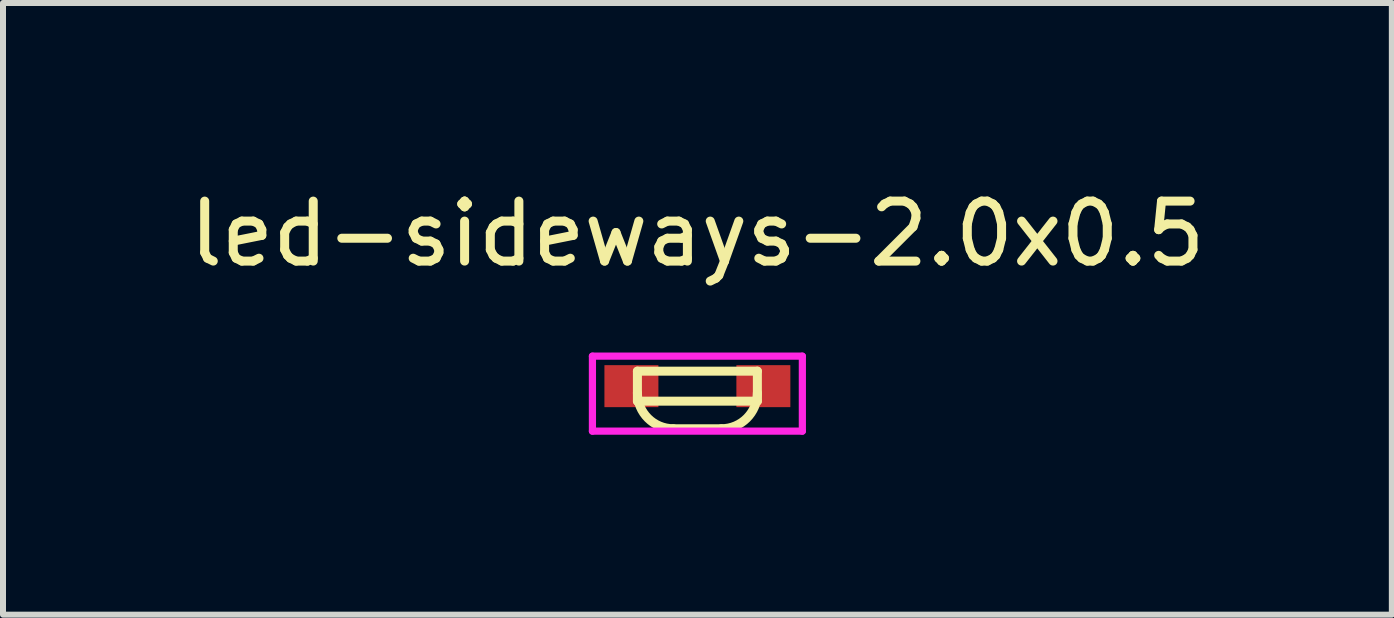
<source format=kicad_pcb>
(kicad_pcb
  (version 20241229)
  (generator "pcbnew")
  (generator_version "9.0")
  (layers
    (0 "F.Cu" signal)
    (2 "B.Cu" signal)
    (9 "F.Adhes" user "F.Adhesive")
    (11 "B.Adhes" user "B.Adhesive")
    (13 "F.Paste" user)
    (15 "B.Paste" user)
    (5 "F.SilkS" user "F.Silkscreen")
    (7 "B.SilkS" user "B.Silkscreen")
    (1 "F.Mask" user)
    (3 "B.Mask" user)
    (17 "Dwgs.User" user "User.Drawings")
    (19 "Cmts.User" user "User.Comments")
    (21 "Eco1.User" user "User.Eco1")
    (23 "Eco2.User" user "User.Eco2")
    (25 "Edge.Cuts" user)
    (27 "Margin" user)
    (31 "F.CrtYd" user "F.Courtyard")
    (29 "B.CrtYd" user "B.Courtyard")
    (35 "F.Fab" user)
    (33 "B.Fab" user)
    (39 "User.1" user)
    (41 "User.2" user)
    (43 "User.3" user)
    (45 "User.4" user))
  (footprint "led-sideways-2.0x0.5"
    (layer "F.Cu")
    (at 8.577 3.388)
    (property "Reference" "led-sideways-2.0x0.5" (at 0 -2.54 0) (layer "F.SilkS") (effects (font (size 1 1) (thickness 0.15))))
    (attr through_hole)
    (fp_line (start -1 -0.25) (end -1 0.25) (stroke (width 0.15) (type solid)) (layer "F.SilkS"))
    (fp_line (start -1 -0.25) (end 1 -0.25) (stroke (width 0.15) (type solid)) (layer "F.SilkS"))
    (fp_line (start 0.4 0.71) (end -0.4 0.71) (stroke (width 0.15) (type solid)) (layer "F.SilkS"))
    (fp_line (start 1 -0.25) (end 1 0.25) (stroke (width 0.15) (type solid)) (layer "F.SilkS"))
    (fp_line (start 1 0.25) (end -1 0.25) (stroke (width 0.15) (type solid)) (layer "F.SilkS"))
    (fp_arc (start -0.4 0.71) (mid -0.824264 0.534264) (end -1 0.11) (stroke (width 0.15) (type solid)) (layer "F.SilkS"))
    (fp_arc (start 1 0.11) (mid 0.824264 0.534264) (end 0.4 0.71) (stroke (width 0.15) (type solid)) (layer "F.SilkS"))
    (fp_line (start -1.75 -0.5) (end 1.75 -0.5) (stroke (width 0.12) (type solid)) (layer "F.CrtYd"))
    (fp_line (start -1.75 0.75) (end -1.75 -0.5) (stroke (width 0.12) (type solid)) (layer "F.CrtYd"))
    (fp_line (start 1.75 -0.5) (end 1.75 0.75) (stroke (width 0.12) (type solid)) (layer "F.CrtYd"))
    (fp_line (start 1.75 0.75) (end -1.75 0.75) (stroke (width 0.12) (type solid)) (layer "F.CrtYd"))
    (pad "1" smd rect (at -1.1 0) (size 0.9 0.7) (layers "F.Cu" "F.Mask" "F.Paste"))
    (pad "2" smd rect (at 1.1 0) (size 0.9 0.7) (layers "F.Cu" "F.Mask" "F.Paste")))
  (gr_rect
    (start -3 -3)
    (end 20.155 7.198)
    (stroke (width 0.1) (type default))
    (fill no)
    (layer "Edge.Cuts")))
</source>
